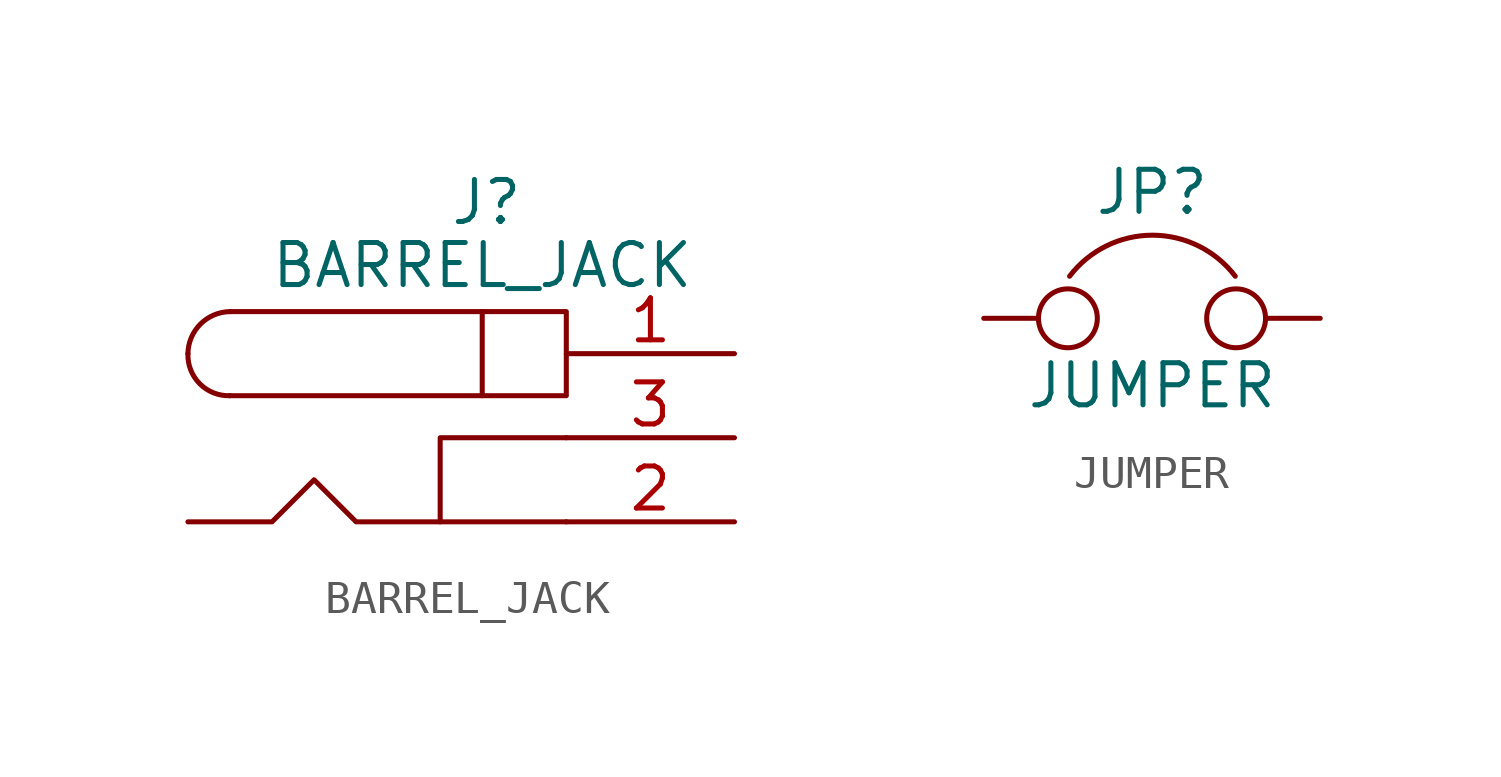
<source format=kicad_sym>
(kicad_symbol_lib
  (version 20220914)
  (generator kicad_symbol_editor)
  (symbol "BARREL_JACK"
    (pin_names
      (offset 1.016))
    (property "Reference" "J"
      (at 0.127 7.112 0)
      (effects (font (size 1.27 1.27))))
    (property "Value" "BARREL_JACK"
      (at 0 5.207 0)
      (effects (font (size 1.27 1.27))))
    (property "Footprint" ""
      (at 0 0 0)
      (effects (font (size 1.524 1.524))))
    (property "Datasheet" ""
      (at 0 0 0)
      (effects (font (size 1.524 1.524))))
    (symbol "BARREL_JACK_0_1"
      (arc (start -8.89 2.54) (mid -8.5271 1.6254) (end -7.62 1.27) (stroke (width 0) (type solid)) (fill (type none)))
      (arc (start -7.62 3.81) (mid -8.5088 3.4366) (end -8.89 2.54) (stroke (width 0) (type solid)) (fill (type none)))
      (polyline (pts (xy -7.62 1.27) (xy 0 1.27)) (stroke (width 0) (type solid)) (fill (type none)))
      (polyline (pts (xy 0 3.81) (xy -7.62 3.81)) (stroke (width 0) (type solid)) (fill (type none)))
      (polyline (pts (xy 2.54 0) (xy -1.27 0) (xy -1.27 -2.54)) (stroke (width 0) (type solid)) (fill (type none)))
      (polyline (pts (xy 2.54 -2.54) (xy -3.81 -2.54) (xy -5.08 -1.27) (xy -6.35 -2.54) (xy -8.89 -2.54)) (stroke (width 0) (type solid)) (fill (type none)))
      (rectangle (start 2.54 3.81) (end 0 1.27) (stroke (width 0) (type solid)) (fill (type none))))
    (symbol "BARREL_JACK_1_1"
      (pin passive line (at 7.62 2.54 180) (length 5.08) (name "~" (effects (font (size 1.27 1.27)))) (number "1" (effects (font (size 1.27 1.27)))))
      (pin passive line (at 7.62 -2.54 180) (length 5.08) (name "~" (effects (font (size 1.27 1.27)))) (number "2" (effects (font (size 1.27 1.27)))))
      (pin passive line (at 7.62 0 180) (length 5.08) (name "~" (effects (font (size 1.27 1.27)))) (number "3" (effects (font (size 1.27 1.27)))))))
  (symbol "JUMPER"
    (pin_numbers hide)
    (pin_names
      (offset 0.762) hide)
    (property "Reference" "JP"
      (at 0 3.81 0)
      (effects (font (size 1.27 1.27))))
    (property "Value" "JUMPER"
      (at 0 -2.032 0)
      (effects (font (size 1.27 1.27))))
    (property "Footprint" ""
      (at 0 0 0)
      (effects (font (size 1.524 1.524))))
    (property "Datasheet" ""
      (at 0 0 0)
      (effects (font (size 1.524 1.524))))
    (symbol "JUMPER_0_1"
      (circle (center -2.54 0) (radius 0.889) (stroke (width 0) (type solid)) (fill (type none)))
      (arc (start 2.5146 1.27) (mid 0.0078 2.5097) (end -2.4892 1.27) (stroke (width 0) (type solid)) (fill (type none)))
      (circle (center 2.54 0) (radius 0.889) (stroke (width 0) (type solid)) (fill (type none)))
      (pin passive line (at -5.08 0 0) (length 1.651) (name "1" (effects (font (size 1.27 1.27)))) (number "1" (effects (font (size 1.27 1.27)))))
      (pin passive line (at 5.08 0 180) (length 1.651) (name "2" (effects (font (size 1.27 1.27)))) (number "2" (effects (font (size 1.27 1.27))))))))
</source>
